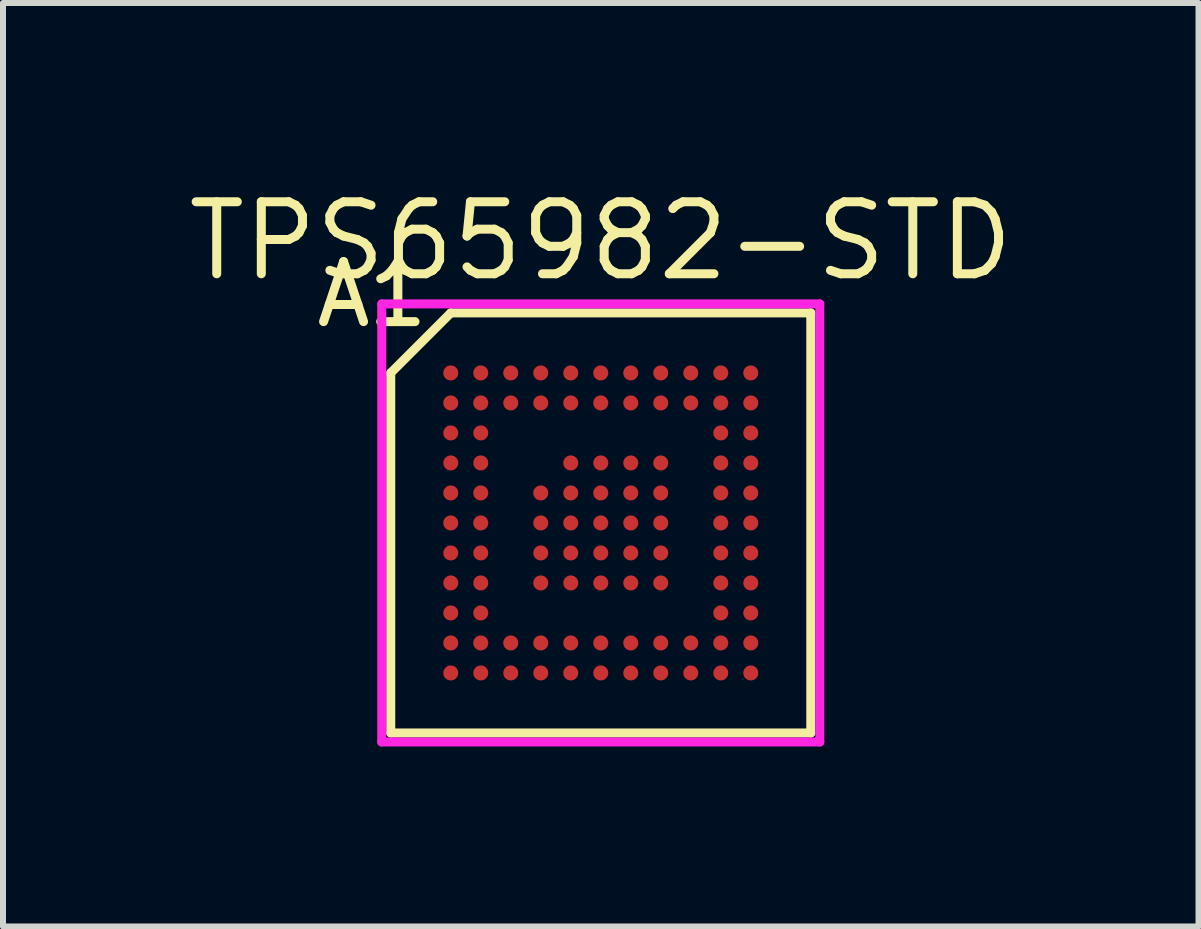
<source format=kicad_pcb>
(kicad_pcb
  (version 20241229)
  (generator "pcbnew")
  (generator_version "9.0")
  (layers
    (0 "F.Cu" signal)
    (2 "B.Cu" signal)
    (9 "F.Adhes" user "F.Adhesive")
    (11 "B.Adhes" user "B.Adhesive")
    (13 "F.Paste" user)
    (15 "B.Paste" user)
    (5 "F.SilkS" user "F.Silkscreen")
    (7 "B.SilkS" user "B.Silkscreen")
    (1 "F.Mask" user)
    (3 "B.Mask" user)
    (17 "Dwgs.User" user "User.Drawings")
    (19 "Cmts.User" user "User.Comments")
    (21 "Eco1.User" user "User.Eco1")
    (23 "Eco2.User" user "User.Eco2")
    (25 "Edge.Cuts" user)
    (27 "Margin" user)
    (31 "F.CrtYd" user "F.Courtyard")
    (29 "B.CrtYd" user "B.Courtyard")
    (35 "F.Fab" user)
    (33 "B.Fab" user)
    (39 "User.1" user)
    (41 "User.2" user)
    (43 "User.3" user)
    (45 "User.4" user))
  (footprint "TPS65982-STD"
    (layer "F.Cu")
    (at 6.962 5.665)
    (property "Reference" "TPS65982-STD" (at 0 -4.7 0) (layer "F.SilkS") (effects (font (size 1.2 1.2) (thickness 0.15))))
    (attr through_hole)
    (fp_line (start -3.5 -2.5) (end -3.5 3.5) (stroke (width 0.15) (type solid)) (layer "F.SilkS"))
    (fp_line (start -3.5 3.5) (end 3.5 3.5) (stroke (width 0.15) (type solid)) (layer "F.SilkS"))
    (fp_line (start -2.5 -3.5) (end -3.5 -2.5) (stroke (width 0.15) (type solid)) (layer "F.SilkS"))
    (fp_line (start 3.5 -3.5) (end -2.5 -3.5) (stroke (width 0.15) (type solid)) (layer "F.SilkS"))
    (fp_line (start 3.5 3.5) (end 3.5 -3.5) (stroke (width 0.15) (type solid)) (layer "F.SilkS"))
    (fp_line (start -3.65 -3.65) (end 3.65 -3.65) (stroke (width 0.15) (type solid)) (layer "F.CrtYd"))
    (fp_line (start -3.65 3.65) (end -3.65 -3.65) (stroke (width 0.15) (type solid)) (layer "F.CrtYd"))
    (fp_line (start 3.65 -3.65) (end 3.65 3.65) (stroke (width 0.15) (type solid)) (layer "F.CrtYd"))
    (fp_line (start 3.65 3.65) (end -3.65 3.65) (stroke (width 0.15) (type solid)) (layer "F.CrtYd"))
    (fp_text user "A1" (at -3.81 -3.81 0) (layer "F.SilkS") (effects (font (size 1 1) (thickness 0.15))))
    (pad "A1" smd circle (at -2.5 -2.5) (size 0.25 0.25) (layers "F.Cu" "F.Mask" "F.Paste"))
    (pad "A2" smd circle (at -2 -2.5) (size 0.25 0.25) (layers "F.Cu" "F.Mask" "F.Paste"))
    (pad "A3" smd circle (at -1.5 -2.5) (size 0.25 0.25) (layers "F.Cu" "F.Mask" "F.Paste"))
    (pad "A4" smd circle (at -1 -2.5) (size 0.25 0.25) (layers "F.Cu" "F.Mask" "F.Paste"))
    (pad "A5" smd circle (at -0.5 -2.5) (size 0.25 0.25) (layers "F.Cu" "F.Mask" "F.Paste"))
    (pad "A6" smd circle (at 0 -2.5) (size 0.25 0.25) (layers "F.Cu" "F.Mask" "F.Paste"))
    (pad "A7" smd circle (at 0.5 -2.5) (size 0.25 0.25) (layers "F.Cu" "F.Mask" "F.Paste"))
    (pad "A8" smd circle (at 1 -2.5) (size 0.25 0.25) (layers "F.Cu" "F.Mask" "F.Paste"))
    (pad "A9" smd circle (at 1.5 -2.5) (size 0.25 0.25) (layers "F.Cu" "F.Mask" "F.Paste"))
    (pad "A10" smd circle (at 2 -2.5) (size 0.25 0.25) (layers "F.Cu" "F.Mask" "F.Paste"))
    (pad "A11" smd circle (at 2.5 -2.5) (size 0.25 0.25) (layers "F.Cu" "F.Mask" "F.Paste"))
    (pad "B1" smd circle (at -2.5 -2) (size 0.25 0.25) (layers "F.Cu" "F.Mask" "F.Paste"))
    (pad "B2" smd circle (at -2 -2) (size 0.25 0.25) (layers "F.Cu" "F.Mask" "F.Paste"))
    (pad "B3" smd circle (at -1.5 -2) (size 0.25 0.25) (layers "F.Cu" "F.Mask" "F.Paste"))
    (pad "B4" smd circle (at -1 -2) (size 0.25 0.25) (layers "F.Cu" "F.Mask" "F.Paste"))
    (pad "B5" smd circle (at -0.5 -2) (size 0.25 0.25) (layers "F.Cu" "F.Mask" "F.Paste"))
    (pad "B6" smd circle (at 0 -2) (size 0.25 0.25) (layers "F.Cu" "F.Mask" "F.Paste"))
    (pad "B7" smd circle (at 0.5 -2) (size 0.25 0.25) (layers "F.Cu" "F.Mask" "F.Paste"))
    (pad "B8" smd circle (at 1 -2) (size 0.25 0.25) (layers "F.Cu" "F.Mask" "F.Paste"))
    (pad "B9" smd circle (at 1.5 -2) (size 0.25 0.25) (layers "F.Cu" "F.Mask" "F.Paste"))
    (pad "B10" smd circle (at 2 -2) (size 0.25 0.25) (layers "F.Cu" "F.Mask" "F.Paste"))
    (pad "B11" smd circle (at 2.5 -2) (size 0.25 0.25) (layers "F.Cu" "F.Mask" "F.Paste"))
    (pad "C1" smd circle (at -2.5 -1.5) (size 0.25 0.25) (layers "F.Cu" "F.Mask" "F.Paste"))
    (pad "C2" smd circle (at -2 -1.5) (size 0.25 0.25) (layers "F.Cu" "F.Mask" "F.Paste"))
    (pad "C10" smd circle (at 2 -1.5) (size 0.25 0.25) (layers "F.Cu" "F.Mask" "F.Paste"))
    (pad "C11" smd circle (at 2.5 -1.5) (size 0.25 0.25) (layers "F.Cu" "F.Mask" "F.Paste"))
    (pad "D1" smd circle (at -2.5 -1) (size 0.25 0.25) (layers "F.Cu" "F.Mask" "F.Paste"))
    (pad "D2" smd circle (at -2 -1) (size 0.25 0.25) (layers "F.Cu" "F.Mask" "F.Paste"))
    (pad "D5" smd circle (at -0.5 -1) (size 0.25 0.25) (layers "F.Cu" "F.Mask" "F.Paste"))
    (pad "D6" smd circle (at 0 -1) (size 0.25 0.25) (layers "F.Cu" "F.Mask" "F.Paste"))
    (pad "D7" smd circle (at 0.5 -1) (size 0.25 0.25) (layers "F.Cu" "F.Mask" "F.Paste"))
    (pad "D8" smd circle (at 1 -1) (size 0.25 0.25) (layers "F.Cu" "F.Mask" "F.Paste"))
    (pad "D10" smd circle (at 2 -1) (size 0.25 0.25) (layers "F.Cu" "F.Mask" "F.Paste"))
    (pad "D11" smd circle (at 2.5 -1) (size 0.25 0.25) (layers "F.Cu" "F.Mask" "F.Paste"))
    (pad "E1" smd circle (at -2.5 -0.5) (size 0.25 0.25) (layers "F.Cu" "F.Mask" "F.Paste"))
    (pad "E2" smd circle (at -2 -0.5) (size 0.25 0.25) (layers "F.Cu" "F.Mask" "F.Paste"))
    (pad "E4" smd circle (at -1 -0.5) (size 0.25 0.25) (layers "F.Cu" "F.Mask" "F.Paste"))
    (pad "E5" smd circle (at -0.5 -0.5) (size 0.25 0.25) (layers "F.Cu" "F.Mask" "F.Paste"))
    (pad "E6" smd circle (at 0 -0.5) (size 0.25 0.25) (layers "F.Cu" "F.Mask" "F.Paste"))
    (pad "E7" smd circle (at 0.5 -0.5) (size 0.25 0.25) (layers "F.Cu" "F.Mask" "F.Paste"))
    (pad "E8" smd circle (at 1 -0.5) (size 0.25 0.25) (layers "F.Cu" "F.Mask" "F.Paste"))
    (pad "E10" smd circle (at 2 -0.5) (size 0.25 0.25) (layers "F.Cu" "F.Mask" "F.Paste"))
    (pad "E11" smd circle (at 2.5 -0.5) (size 0.25 0.25) (layers "F.Cu" "F.Mask" "F.Paste"))
    (pad "F1" smd circle (at -2.5 0) (size 0.25 0.25) (layers "F.Cu" "F.Mask" "F.Paste"))
    (pad "F2" smd circle (at -2 0) (size 0.25 0.25) (layers "F.Cu" "F.Mask" "F.Paste"))
    (pad "F4" smd circle (at -1 0) (size 0.25 0.25) (layers "F.Cu" "F.Mask" "F.Paste"))
    (pad "F5" smd circle (at -0.5 0) (size 0.25 0.25) (layers "F.Cu" "F.Mask" "F.Paste"))
    (pad "F6" smd circle (at 0 0) (size 0.25 0.25) (layers "F.Cu" "F.Mask" "F.Paste"))
    (pad "F7" smd circle (at 0.5 0) (size 0.25 0.25) (layers "F.Cu" "F.Mask" "F.Paste"))
    (pad "F8" smd circle (at 1 0) (size 0.25 0.25) (layers "F.Cu" "F.Mask" "F.Paste"))
    (pad "F10" smd circle (at 2 0) (size 0.25 0.25) (layers "F.Cu" "F.Mask" "F.Paste"))
    (pad "F11" smd circle (at 2.5 0) (size 0.25 0.25) (layers "F.Cu" "F.Mask" "F.Paste"))
    (pad "G1" smd circle (at -2.5 0.5) (size 0.25 0.25) (layers "F.Cu" "F.Mask" "F.Paste"))
    (pad "G2" smd circle (at -2 0.5) (size 0.25 0.25) (layers "F.Cu" "F.Mask" "F.Paste"))
    (pad "G4" smd circle (at -1 0.5) (size 0.25 0.25) (layers "F.Cu" "F.Mask" "F.Paste"))
    (pad "G5" smd circle (at -0.5 0.5) (size 0.25 0.25) (layers "F.Cu" "F.Mask" "F.Paste"))
    (pad "G6" smd circle (at 0 0.5) (size 0.25 0.25) (layers "F.Cu" "F.Mask" "F.Paste"))
    (pad "G7" smd circle (at 0.5 0.5) (size 0.25 0.25) (layers "F.Cu" "F.Mask" "F.Paste"))
    (pad "G8" smd circle (at 1 0.5) (size 0.25 0.25) (layers "F.Cu" "F.Mask" "F.Paste"))
    (pad "G10" smd circle (at 2 0.5) (size 0.25 0.25) (layers "F.Cu" "F.Mask" "F.Paste"))
    (pad "G11" smd circle (at 2.5 0.5) (size 0.25 0.25) (layers "F.Cu" "F.Mask" "F.Paste"))
    (pad "H1" smd circle (at -2.5 1) (size 0.25 0.25) (layers "F.Cu" "F.Mask" "F.Paste"))
    (pad "H2" smd circle (at -2 1) (size 0.25 0.25) (layers "F.Cu" "F.Mask" "F.Paste"))
    (pad "H4" smd circle (at -1 1) (size 0.25 0.25) (layers "F.Cu" "F.Mask" "F.Paste"))
    (pad "H5" smd circle (at -0.5 1) (size 0.25 0.25) (layers "F.Cu" "F.Mask" "F.Paste"))
    (pad "H6" smd circle (at 0 1) (size 0.25 0.25) (layers "F.Cu" "F.Mask" "F.Paste"))
    (pad "H7" smd circle (at 0.5 1) (size 0.25 0.25) (layers "F.Cu" "F.Mask" "F.Paste"))
    (pad "H8" smd circle (at 1 1) (size 0.25 0.25) (layers "F.Cu" "F.Mask" "F.Paste"))
    (pad "H10" smd circle (at 2 1) (size 0.25 0.25) (layers "F.Cu" "F.Mask" "F.Paste"))
    (pad "H11" smd circle (at 2.5 1) (size 0.25 0.25) (layers "F.Cu" "F.Mask" "F.Paste"))
    (pad "J1" smd circle (at -2.5 1.5) (size 0.25 0.25) (layers "F.Cu" "F.Mask" "F.Paste"))
    (pad "J2" smd circle (at -2 1.5) (size 0.25 0.25) (layers "F.Cu" "F.Mask" "F.Paste"))
    (pad "J10" smd circle (at 2 1.5) (size 0.25 0.25) (layers "F.Cu" "F.Mask" "F.Paste"))
    (pad "J11" smd circle (at 2.5 1.5) (size 0.25 0.25) (layers "F.Cu" "F.Mask" "F.Paste"))
    (pad "K1" smd circle (at -2.5 2) (size 0.25 0.25) (layers "F.Cu" "F.Mask" "F.Paste"))
    (pad "K2" smd circle (at -2 2) (size 0.25 0.25) (layers "F.Cu" "F.Mask" "F.Paste"))
    (pad "K3" smd circle (at -1.5 2) (size 0.25 0.25) (layers "F.Cu" "F.Mask" "F.Paste"))
    (pad "K4" smd circle (at -1 2) (size 0.25 0.25) (layers "F.Cu" "F.Mask" "F.Paste"))
    (pad "K5" smd circle (at -0.5 2) (size 0.25 0.25) (layers "F.Cu" "F.Mask" "F.Paste"))
    (pad "K6" smd circle (at 0 2) (size 0.25 0.25) (layers "F.Cu" "F.Mask" "F.Paste"))
    (pad "K7" smd circle (at 0.5 2) (size 0.25 0.25) (layers "F.Cu" "F.Mask" "F.Paste"))
    (pad "K8" smd circle (at 1 2) (size 0.25 0.25) (layers "F.Cu" "F.Mask" "F.Paste"))
    (pad "K9" smd circle (at 1.5 2) (size 0.25 0.25) (layers "F.Cu" "F.Mask" "F.Paste"))
    (pad "K10" smd circle (at 2 2) (size 0.25 0.25) (layers "F.Cu" "F.Mask" "F.Paste"))
    (pad "K11" smd circle (at 2.5 2) (size 0.25 0.25) (layers "F.Cu" "F.Mask" "F.Paste"))
    (pad "L1" smd circle (at -2.5 2.5) (size 0.25 0.25) (layers "F.Cu" "F.Mask" "F.Paste"))
    (pad "L2" smd circle (at -2 2.5) (size 0.25 0.25) (layers "F.Cu" "F.Mask" "F.Paste"))
    (pad "L3" smd circle (at -1.5 2.5) (size 0.25 0.25) (layers "F.Cu" "F.Mask" "F.Paste"))
    (pad "L4" smd circle (at -1 2.5) (size 0.25 0.25) (layers "F.Cu" "F.Mask" "F.Paste"))
    (pad "L5" smd circle (at -0.5 2.5) (size 0.25 0.25) (layers "F.Cu" "F.Mask" "F.Paste"))
    (pad "L6" smd circle (at 0 2.5) (size 0.25 0.25) (layers "F.Cu" "F.Mask" "F.Paste"))
    (pad "L7" smd circle (at 0.5 2.5) (size 0.25 0.25) (layers "F.Cu" "F.Mask" "F.Paste"))
    (pad "L8" smd circle (at 1 2.5) (size 0.25 0.25) (layers "F.Cu" "F.Mask" "F.Paste"))
    (pad "L9" smd circle (at 1.5 2.5) (size 0.25 0.25) (layers "F.Cu" "F.Mask" "F.Paste"))
    (pad "L10" smd circle (at 2 2.5) (size 0.25 0.25) (layers "F.Cu" "F.Mask" "F.Paste"))
    (pad "L11" smd circle (at 2.5 2.5) (size 0.25 0.25) (layers "F.Cu" "F.Mask" "F.Paste")))
  (gr_rect
    (start -3 -3)
    (end 16.924 12.39)
    (stroke (width 0.1) (type default))
    (fill no)
    (layer "Edge.Cuts")))
</source>
